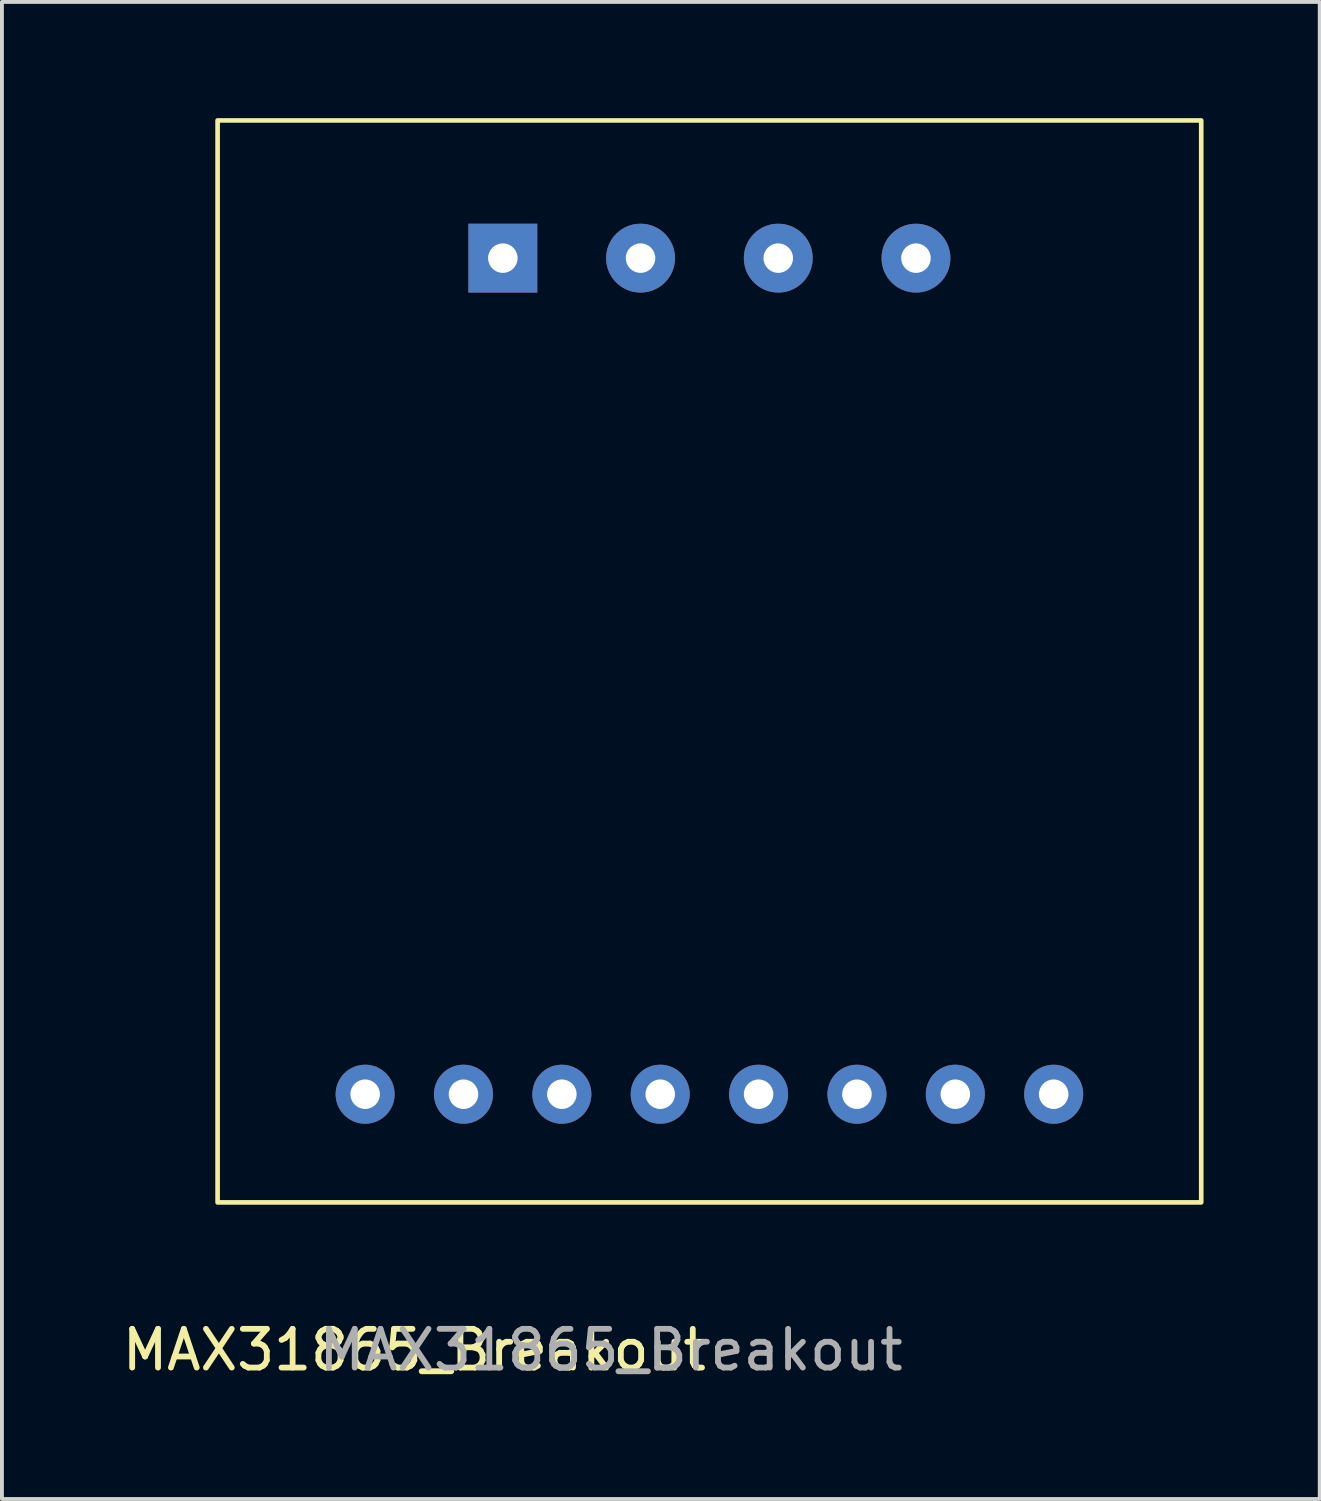
<source format=kicad_pcb>
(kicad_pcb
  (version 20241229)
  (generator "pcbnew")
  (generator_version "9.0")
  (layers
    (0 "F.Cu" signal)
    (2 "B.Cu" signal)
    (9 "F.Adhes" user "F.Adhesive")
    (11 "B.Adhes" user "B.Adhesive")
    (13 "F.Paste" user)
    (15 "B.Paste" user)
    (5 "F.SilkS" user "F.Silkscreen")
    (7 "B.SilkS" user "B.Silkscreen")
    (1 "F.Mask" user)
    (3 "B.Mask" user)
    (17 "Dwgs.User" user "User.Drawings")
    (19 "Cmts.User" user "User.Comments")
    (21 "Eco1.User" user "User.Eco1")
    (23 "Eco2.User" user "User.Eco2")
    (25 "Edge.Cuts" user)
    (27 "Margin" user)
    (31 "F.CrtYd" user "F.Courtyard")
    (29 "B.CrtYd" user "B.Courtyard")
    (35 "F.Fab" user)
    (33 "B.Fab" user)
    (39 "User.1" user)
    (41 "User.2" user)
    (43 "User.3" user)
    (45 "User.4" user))
  (footprint "MAX31865_Breakout"
    (layer "F.Cu")
    (at 15.269 14.03)
    (property "Reference" "MAX31865_Breakout" (at -7.62 17.78 0) (unlocked yes) (layer "F.SilkS") (effects (font (size 1 1) (thickness 0.15))))
    (attr through_hole)
    (fp_rect (start -12.7 13.97) (end 12.7 -13.97) (stroke (width 0.12) (type solid)) (fill no) (layer "F.SilkS"))
    (fp_text user "${REFERENCE}" (at -2.54 17.78 0) (unlocked yes) (layer "F.Fab") (effects (font (size 1 1) (thickness 0.15))))
    (pad "1" thru_hole circle (at -8.89 11.176 90) (size 1.524 1.524) (drill 0.762) (layers "*.Cu" "*.Mask"))
    (pad "2" thru_hole circle (at -6.35 11.176 90) (size 1.524 1.524) (drill 0.762) (layers "*.Cu" "*.Mask"))
    (pad "3" thru_hole circle (at -3.81 11.176 90) (size 1.524 1.524) (drill 0.762) (layers "*.Cu" "*.Mask"))
    (pad "4" thru_hole circle (at -1.27 11.176 90) (size 1.524 1.524) (drill 0.762) (layers "*.Cu" "*.Mask"))
    (pad "5" thru_hole circle (at 1.27 11.176 90) (size 1.524 1.524) (drill 0.762) (layers "*.Cu" "*.Mask"))
    (pad "6" thru_hole circle (at 3.81 11.176 90) (size 1.524 1.524) (drill 0.762) (layers "*.Cu" "*.Mask"))
    (pad "7" thru_hole rect (at -5.334 -10.414 90) (size 1.778 1.778) (drill 0.762) (layers "*.Cu" "*.Mask"))
    (pad "7" thru_hole circle (at 6.35 11.176 90) (size 1.524 1.524) (drill 0.762) (layers "*.Cu" "*.Mask"))
    (pad "8" thru_hole circle (at -1.778 -10.414 90) (size 1.778 1.778) (drill 0.762) (layers "*.Cu" "*.Mask"))
    (pad "8" thru_hole circle (at 8.89 11.176 90) (size 1.524 1.524) (drill 0.762) (layers "*.Cu" "*.Mask"))
    (pad "9" thru_hole circle (at 1.778 -10.414 90) (size 1.778 1.778) (drill 0.762) (layers "*.Cu" "*.Mask"))
    (pad "10" thru_hole circle (at 5.334 -10.414 90) (size 1.778 1.778) (drill 0.762) (layers "*.Cu" "*.Mask")))
  (gr_rect
    (start -3 -3)
    (end 31.029 35.658)
    (stroke (width 0.1) (type default))
    (fill no)
    (layer "Edge.Cuts")))
</source>
